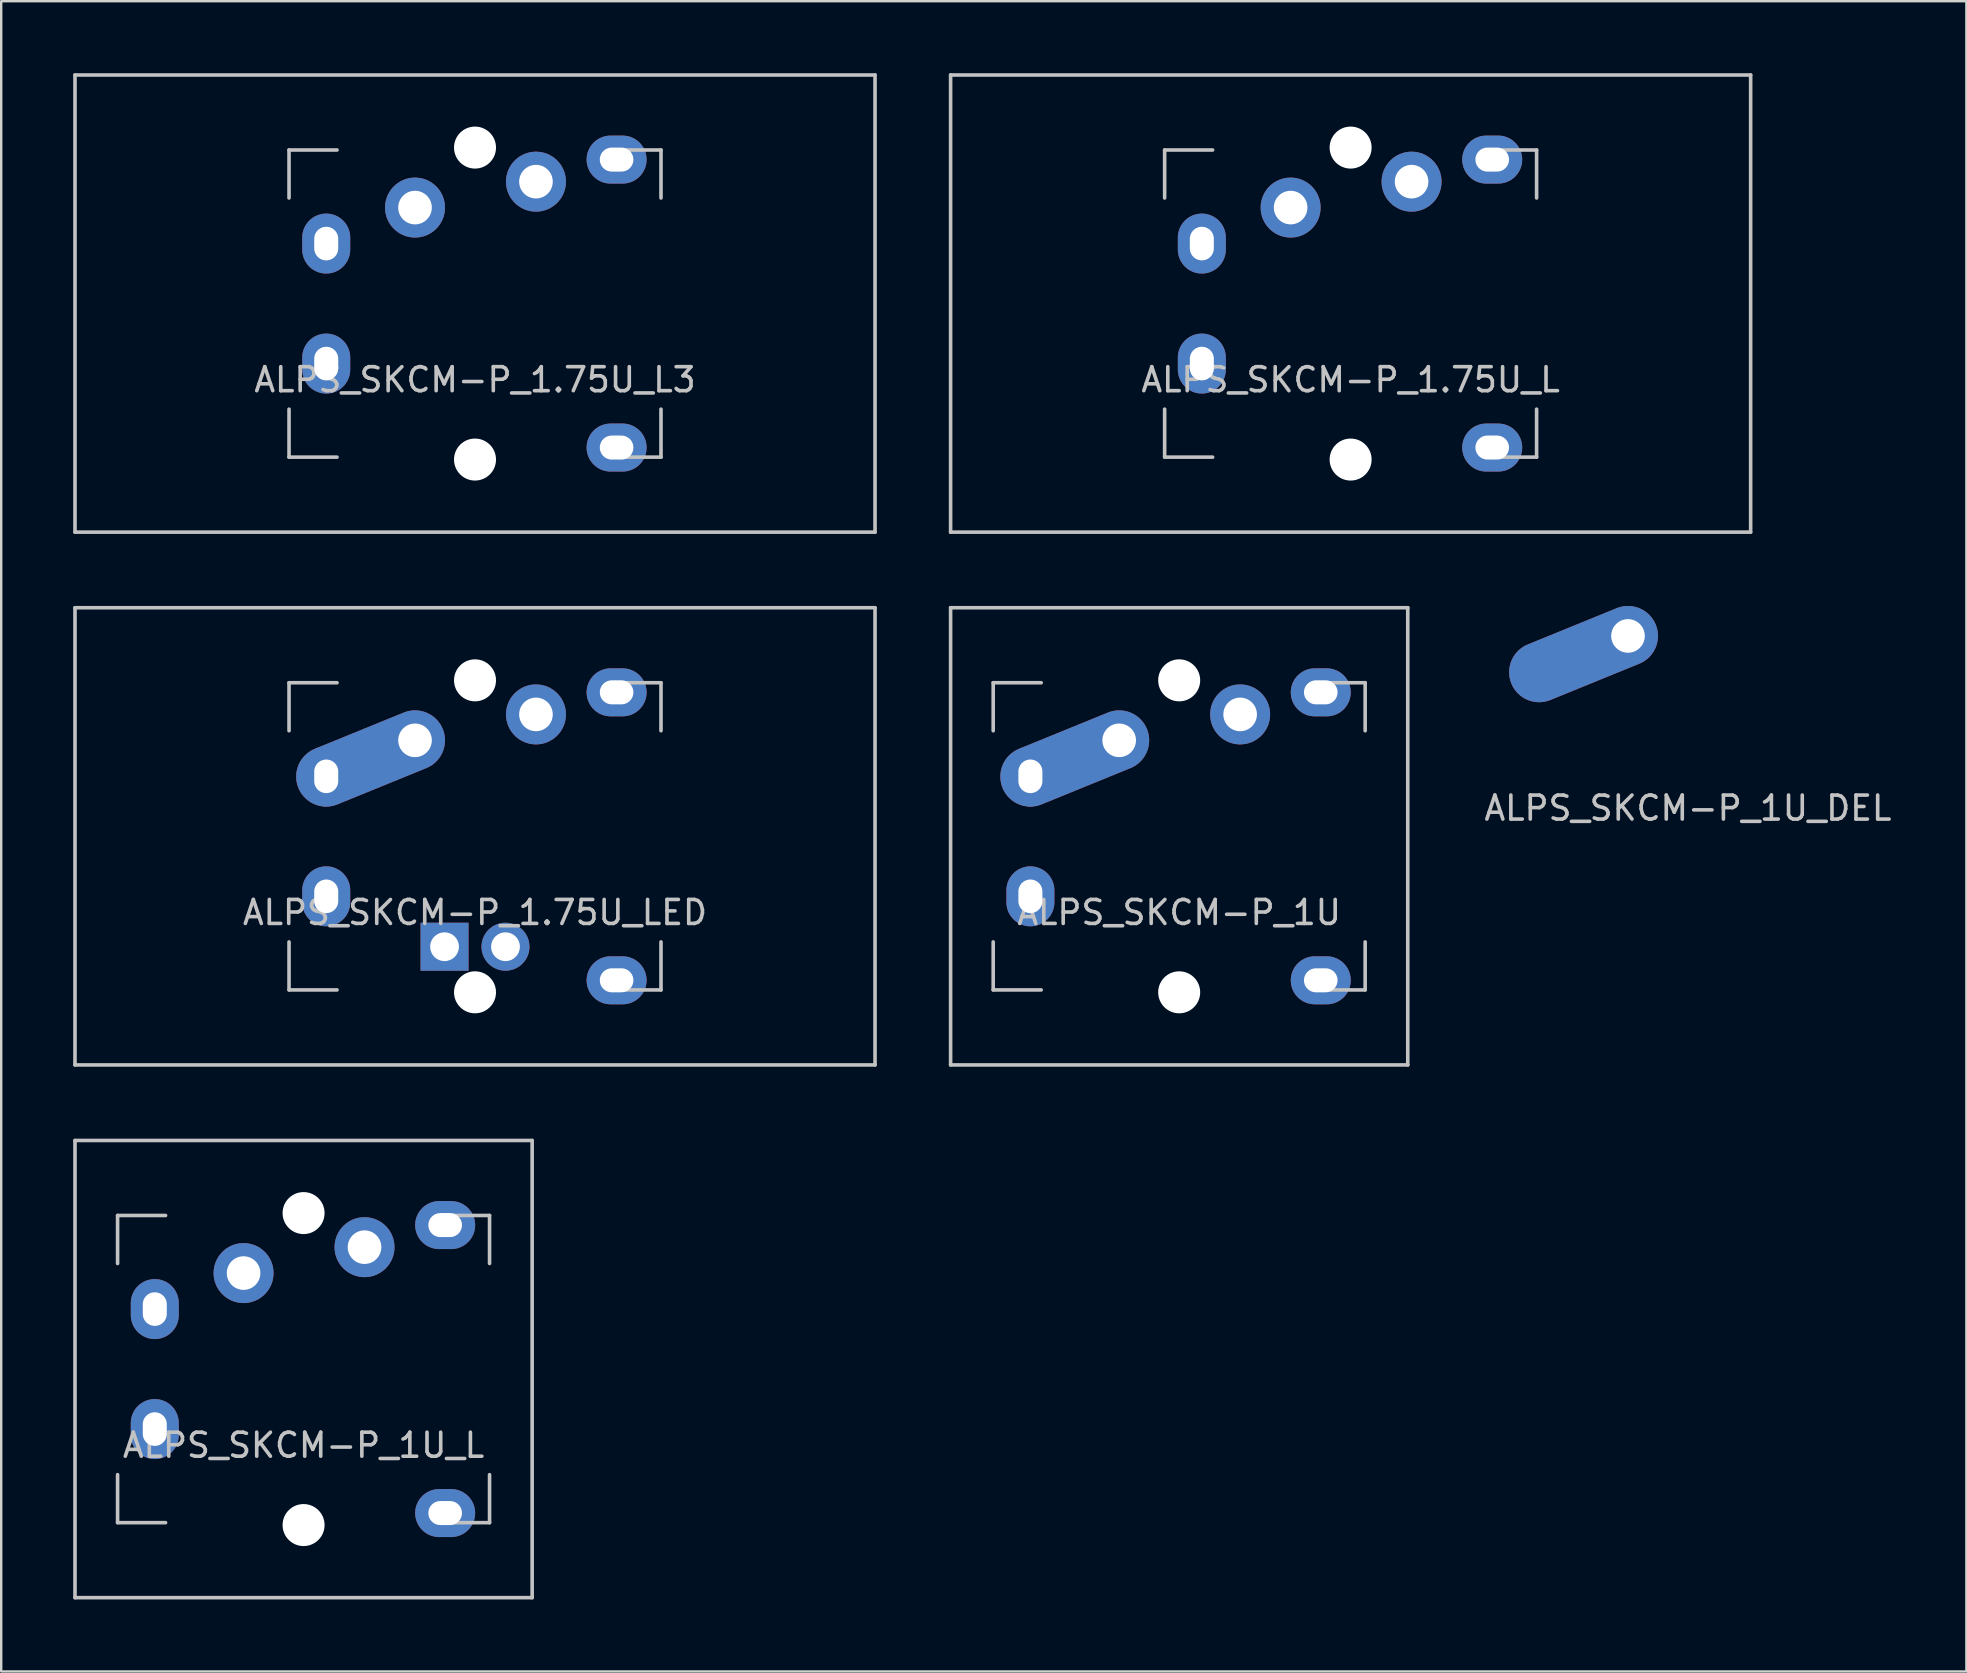
<source format=kicad_pcb>
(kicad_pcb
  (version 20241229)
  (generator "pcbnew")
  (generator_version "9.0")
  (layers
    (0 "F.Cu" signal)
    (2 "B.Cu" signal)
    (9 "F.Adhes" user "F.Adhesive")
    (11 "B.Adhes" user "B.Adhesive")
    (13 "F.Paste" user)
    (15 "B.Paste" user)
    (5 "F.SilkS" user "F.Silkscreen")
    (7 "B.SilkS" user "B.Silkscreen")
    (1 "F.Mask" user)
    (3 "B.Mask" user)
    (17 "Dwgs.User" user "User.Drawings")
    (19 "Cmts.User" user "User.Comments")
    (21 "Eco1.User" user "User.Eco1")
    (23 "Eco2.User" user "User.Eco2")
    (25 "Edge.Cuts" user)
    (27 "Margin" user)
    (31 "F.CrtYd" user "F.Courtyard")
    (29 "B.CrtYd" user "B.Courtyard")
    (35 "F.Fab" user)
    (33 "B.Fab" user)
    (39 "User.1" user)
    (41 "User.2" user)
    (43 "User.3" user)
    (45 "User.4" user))
  (footprint "ALPS_SKCM-P_1U_DEL"
    (layer "F.Cu")
    (at 67.289 27.45)
    (property "Reference" "ALPS_SKCM-P_1U_DEL" (at 0 3.175 0) (layer "Dwgs.User") (effects (font (size 1 1) (thickness 0.15))))
    (attr through_hole)
    (pad "1" thru_hole oval (at -2.5 -4 22.2) (size 6.5 2.5) (drill 1.4 (offset -2 0)) (layers "*.Cu" "*.Mask")))
  (footprint "ALPS_SKCM-P_1U"
    (layer "F.Cu")
    (at 46.087 31.8)
    (property "Reference" "ALPS_SKCM-P_1U" (at 0 3.175 0) (layer "Dwgs.User") (effects (font (size 1 1) (thickness 0.15))))
    (attr through_hole)
    (fp_line (start -9.525 -9.525) (end 9.525 -9.525) (stroke (width 0.15) (type solid)) (layer "Dwgs.User"))
    (fp_line (start -9.525 9.525) (end -9.525 -9.525) (stroke (width 0.15) (type solid)) (layer "Dwgs.User"))
    (fp_line (start -9.525 9.525) (end 9.525 9.525) (stroke (width 0.15) (type solid)) (layer "Dwgs.User"))
    (fp_line (start -7.75 -6.4) (end -5.75 -6.4) (stroke (width 0.15) (type solid)) (layer "Dwgs.User"))
    (fp_line (start -7.75 -4.4) (end -7.75 -6.4) (stroke (width 0.15) (type solid)) (layer "Dwgs.User"))
    (fp_line (start -7.75 6.4) (end -7.75 4.4) (stroke (width 0.15) (type solid)) (layer "Dwgs.User"))
    (fp_line (start -7.75 6.4) (end -5.75 6.4) (stroke (width 0.15) (type solid)) (layer "Dwgs.User"))
    (fp_line (start 5.75 -6.4) (end 7.75 -6.4) (stroke (width 0.15) (type solid)) (layer "Dwgs.User"))
    (fp_line (start 5.75 6.4) (end 7.75 6.4) (stroke (width 0.15) (type solid)) (layer "Dwgs.User"))
    (fp_line (start 7.75 -4.4) (end 7.75 -6.4) (stroke (width 0.15) (type solid)) (layer "Dwgs.User"))
    (fp_line (start 7.75 6.4) (end 7.75 4.4) (stroke (width 0.15) (type solid)) (layer "Dwgs.User"))
    (fp_line (start 9.525 -9.525) (end 9.525 9.525) (stroke (width 0.15) (type solid)) (layer "Dwgs.User"))
    (pad "" np_thru_hole circle (at 0 -6.5) (size 1.75 1.75) (drill 1.75) (layers "*.Cu" "*.Mask"))
    (pad "" np_thru_hole circle (at 0 6.5 90) (size 1.75 1.75) (drill 1.75) (layers "*.Cu" "*.Mask"))
    (pad "1" thru_hole oval (at -6.2 -2.5 180) (size 2 2.5) (drill oval 1 1.4) (layers "*.Cu" "*.Mask"))
    (pad "1" thru_hole oval (at -2.5 -4 22.2) (size 6.5 2.5) (drill 1.4 (offset -2 0)) (layers "*.Cu" "*.Mask"))
    (pad "2" thru_hole oval (at -6.2 2.5 90) (size 2.5 2) (drill oval 1.4 1) (layers "*.Cu" "*.Mask"))
    (pad "2" thru_hole circle (at 2.54 -5.08 270) (size 2.5 2.5) (drill 1.4) (layers "*.Cu" "*.Mask"))
    (pad "NC" thru_hole oval (at 5.9 -6 180) (size 2.5 2) (drill oval 1.4 1) (layers "*.Cu" "*.Mask"))
    (pad "NC" thru_hole oval (at 5.9 6 180) (size 2.5 2) (drill oval 1.4 1) (layers "*.Cu" "*.Mask")))
  (footprint "ALPS_SKCM-P_1.75U_L"
    (layer "F.Cu")
    (at 53.231 9.6)
    (property "Reference" "ALPS_SKCM-P_1.75U_L" (at 0 3.175 0) (layer "Dwgs.User") (effects (font (size 1 1) (thickness 0.15))))
    (attr through_hole)
    (fp_line (start -16.669 -9.525) (end 16.669 -9.525) (stroke (width 0.15) (type solid)) (layer "Dwgs.User"))
    (fp_line (start -16.669 9.525) (end -16.669 -9.525) (stroke (width 0.15) (type solid)) (layer "Dwgs.User"))
    (fp_line (start -16.669 9.525) (end 16.669 9.525) (stroke (width 0.15) (type solid)) (layer "Dwgs.User"))
    (fp_line (start -7.75 -6.4) (end -5.75 -6.4) (stroke (width 0.15) (type solid)) (layer "Dwgs.User"))
    (fp_line (start -7.75 -4.4) (end -7.75 -6.4) (stroke (width 0.15) (type solid)) (layer "Dwgs.User"))
    (fp_line (start -7.75 6.4) (end -7.75 4.4) (stroke (width 0.15) (type solid)) (layer "Dwgs.User"))
    (fp_line (start -7.75 6.4) (end -5.75 6.4) (stroke (width 0.15) (type solid)) (layer "Dwgs.User"))
    (fp_line (start 5.75 -6.4) (end 7.75 -6.4) (stroke (width 0.15) (type solid)) (layer "Dwgs.User"))
    (fp_line (start 5.75 6.4) (end 7.75 6.4) (stroke (width 0.15) (type solid)) (layer "Dwgs.User"))
    (fp_line (start 7.75 -4.4) (end 7.75 -6.4) (stroke (width 0.15) (type solid)) (layer "Dwgs.User"))
    (fp_line (start 7.75 6.4) (end 7.75 4.4) (stroke (width 0.15) (type solid)) (layer "Dwgs.User"))
    (fp_line (start 16.669 -9.525) (end 16.669 9.525) (stroke (width 0.15) (type solid)) (layer "Dwgs.User"))
    (pad "" np_thru_hole circle (at 0 -6.5) (size 1.75 1.75) (drill 1.75) (layers "*.Cu" "*.Mask"))
    (pad "" np_thru_hole circle (at 0 6.5 90) (size 1.75 1.75) (drill 1.75) (layers "*.Cu" "*.Mask"))
    (pad "1" thru_hole oval (at -6.2 -2.5 180) (size 2 2.5) (drill oval 1 1.4) (layers "*.Cu" "*.Mask"))
    (pad "1" thru_hole circle (at -2.5 -4) (size 2.5 2.5) (drill 1.4) (layers "*.Cu" "*.Mask"))
    (pad "2" thru_hole oval (at -6.2 2.5 90) (size 2.5 2) (drill oval 1.4 1) (layers "*.Cu" "*.Mask"))
    (pad "2" thru_hole circle (at 2.54 -5.08 270) (size 2.5 2.5) (drill 1.4) (layers "*.Cu" "*.Mask"))
    (pad "NC" thru_hole oval (at 5.9 -6 180) (size 2.5 2) (drill oval 1.4 1) (layers "*.Cu" "*.Mask"))
    (pad "NC" thru_hole oval (at 5.9 6 180) (size 2.5 2) (drill oval 1.4 1) (layers "*.Cu" "*.Mask")))
  (footprint "ALPS_SKCM-P_1.75U_LED"
    (layer "F.Cu")
    (at 16.744 31.8)
    (property "Reference" "ALPS_SKCM-P_1.75U_LED" (at 0 3.175 0) (layer "Dwgs.User") (effects (font (size 1 1) (thickness 0.15))))
    (attr through_hole)
    (fp_line (start -16.669 -9.525) (end 16.669 -9.525) (stroke (width 0.15) (type solid)) (layer "Dwgs.User"))
    (fp_line (start -16.669 9.525) (end -16.669 -9.525) (stroke (width 0.15) (type solid)) (layer "Dwgs.User"))
    (fp_line (start -16.669 9.525) (end 16.669 9.525) (stroke (width 0.15) (type solid)) (layer "Dwgs.User"))
    (fp_line (start -7.75 -6.4) (end -5.75 -6.4) (stroke (width 0.15) (type solid)) (layer "Dwgs.User"))
    (fp_line (start -7.75 -4.4) (end -7.75 -6.4) (stroke (width 0.15) (type solid)) (layer "Dwgs.User"))
    (fp_line (start -7.75 6.4) (end -7.75 4.4) (stroke (width 0.15) (type solid)) (layer "Dwgs.User"))
    (fp_line (start -7.75 6.4) (end -5.75 6.4) (stroke (width 0.15) (type solid)) (layer "Dwgs.User"))
    (fp_line (start 5.75 -6.4) (end 7.75 -6.4) (stroke (width 0.15) (type solid)) (layer "Dwgs.User"))
    (fp_line (start 5.75 6.4) (end 7.75 6.4) (stroke (width 0.15) (type solid)) (layer "Dwgs.User"))
    (fp_line (start 7.75 -4.4) (end 7.75 -6.4) (stroke (width 0.15) (type solid)) (layer "Dwgs.User"))
    (fp_line (start 7.75 6.4) (end 7.75 4.4) (stroke (width 0.15) (type solid)) (layer "Dwgs.User"))
    (fp_line (start 16.669 -9.525) (end 16.669 9.525) (stroke (width 0.15) (type solid)) (layer "Dwgs.User"))
    (pad "" np_thru_hole circle (at 0 -6.5) (size 1.75 1.75) (drill 1.75) (layers "*.Cu" "*.Mask"))
    (pad "" np_thru_hole circle (at 0 6.5 90) (size 1.75 1.75) (drill 1.75) (layers "*.Cu" "*.Mask"))
    (pad "1" thru_hole oval (at -6.2 -2.5 180) (size 2 2.5) (drill oval 1 1.4) (layers "*.Cu" "*.Mask"))
    (pad "1" thru_hole oval (at -2.5 -4 22.2) (size 6.5 2.5) (drill 1.4 (offset -2 0)) (layers "*.Cu" "*.Mask"))
    (pad "1" thru_hole circle (at 1.27 4.6) (size 2 2) (drill 1.2) (layers "*.Cu" "B.Mask"))
    (pad "2" thru_hole oval (at -6.2 2.5 90) (size 2.5 2) (drill oval 1.4 1) (layers "*.Cu" "*.Mask"))
    (pad "2" thru_hole rect (at -1.27 4.6) (size 2 2) (drill 1.2) (layers "*.Cu" "B.Mask"))
    (pad "2" thru_hole circle (at 2.54 -5.08 270) (size 2.5 2.5) (drill 1.4) (layers "*.Cu" "*.Mask"))
    (pad "NC" thru_hole oval (at 5.9 -6 180) (size 2.5 2) (drill oval 1.4 1) (layers "*.Cu" "*.Mask"))
    (pad "NC" thru_hole oval (at 5.9 6 180) (size 2.5 2) (drill oval 1.4 1) (layers "*.Cu" "*.Mask")))
  (footprint "ALPS_SKCM-P_1U_L"
    (layer "F.Cu")
    (at 9.6 54)
    (property "Reference" "ALPS_SKCM-P_1U_L" (at 0 3.175 0) (layer "Dwgs.User") (effects (font (size 1 1) (thickness 0.15))))
    (attr through_hole)
    (fp_line (start -9.525 -9.525) (end 9.525 -9.525) (stroke (width 0.15) (type solid)) (layer "Dwgs.User"))
    (fp_line (start -9.525 9.525) (end -9.525 -9.525) (stroke (width 0.15) (type solid)) (layer "Dwgs.User"))
    (fp_line (start -9.525 9.525) (end 9.525 9.525) (stroke (width 0.15) (type solid)) (layer "Dwgs.User"))
    (fp_line (start -7.75 -6.4) (end -5.75 -6.4) (stroke (width 0.15) (type solid)) (layer "Dwgs.User"))
    (fp_line (start -7.75 -4.4) (end -7.75 -6.4) (stroke (width 0.15) (type solid)) (layer "Dwgs.User"))
    (fp_line (start -7.75 6.4) (end -7.75 4.4) (stroke (width 0.15) (type solid)) (layer "Dwgs.User"))
    (fp_line (start -7.75 6.4) (end -5.75 6.4) (stroke (width 0.15) (type solid)) (layer "Dwgs.User"))
    (fp_line (start 5.75 -6.4) (end 7.75 -6.4) (stroke (width 0.15) (type solid)) (layer "Dwgs.User"))
    (fp_line (start 5.75 6.4) (end 7.75 6.4) (stroke (width 0.15) (type solid)) (layer "Dwgs.User"))
    (fp_line (start 7.75 -4.4) (end 7.75 -6.4) (stroke (width 0.15) (type solid)) (layer "Dwgs.User"))
    (fp_line (start 7.75 6.4) (end 7.75 4.4) (stroke (width 0.15) (type solid)) (layer "Dwgs.User"))
    (fp_line (start 9.525 -9.525) (end 9.525 9.525) (stroke (width 0.15) (type solid)) (layer "Dwgs.User"))
    (pad "" np_thru_hole circle (at 0 -6.5) (size 1.75 1.75) (drill 1.75) (layers "*.Cu" "*.Mask"))
    (pad "" np_thru_hole circle (at 0 6.5 90) (size 1.75 1.75) (drill 1.75) (layers "*.Cu" "*.Mask"))
    (pad "1" thru_hole oval (at -6.2 -2.5 180) (size 2 2.5) (drill oval 1 1.4) (layers "*.Cu" "*.Mask"))
    (pad "1" thru_hole circle (at -2.5 -4) (size 2.5 2.5) (drill 1.4) (layers "*.Cu" "*.Mask"))
    (pad "2" thru_hole oval (at -6.2 2.5 90) (size 2.5 2) (drill oval 1.4 1) (layers "*.Cu" "*.Mask"))
    (pad "2" thru_hole circle (at 2.54 -5.08 270) (size 2.5 2.5) (drill 1.4) (layers "*.Cu" "*.Mask"))
    (pad "NC" thru_hole oval (at 5.9 -6 180) (size 2.5 2) (drill oval 1.4 1) (layers "*.Cu" "*.Mask"))
    (pad "NC" thru_hole oval (at 5.9 6 180) (size 2.5 2) (drill oval 1.4 1) (layers "*.Cu" "*.Mask")))
  (footprint "ALPS_SKCM-P_1.75U_L3"
    (layer "F.Cu")
    (at 16.744 9.6)
    (property "Reference" "ALPS_SKCM-P_1.75U_L3" (at 0 3.175 0) (layer "Dwgs.User") (effects (font (size 1 1) (thickness 0.15))))
    (attr through_hole)
    (fp_line (start -16.669 -9.525) (end 16.669 -9.525) (stroke (width 0.15) (type solid)) (layer "Dwgs.User"))
    (fp_line (start -16.669 9.525) (end -16.669 -9.525) (stroke (width 0.15) (type solid)) (layer "Dwgs.User"))
    (fp_line (start -16.669 9.525) (end 16.669 9.525) (stroke (width 0.15) (type solid)) (layer "Dwgs.User"))
    (fp_line (start -7.75 -6.4) (end -5.75 -6.4) (stroke (width 0.15) (type solid)) (layer "Dwgs.User"))
    (fp_line (start -7.75 -4.4) (end -7.75 -6.4) (stroke (width 0.15) (type solid)) (layer "Dwgs.User"))
    (fp_line (start -7.75 6.4) (end -7.75 4.4) (stroke (width 0.15) (type solid)) (layer "Dwgs.User"))
    (fp_line (start -7.75 6.4) (end -5.75 6.4) (stroke (width 0.15) (type solid)) (layer "Dwgs.User"))
    (fp_line (start 5.75 -6.4) (end 7.75 -6.4) (stroke (width 0.15) (type solid)) (layer "Dwgs.User"))
    (fp_line (start 5.75 6.4) (end 7.75 6.4) (stroke (width 0.15) (type solid)) (layer "Dwgs.User"))
    (fp_line (start 7.75 -4.4) (end 7.75 -6.4) (stroke (width 0.15) (type solid)) (layer "Dwgs.User"))
    (fp_line (start 7.75 6.4) (end 7.75 4.4) (stroke (width 0.15) (type solid)) (layer "Dwgs.User"))
    (fp_line (start 16.669 -9.525) (end 16.669 9.525) (stroke (width 0.15) (type solid)) (layer "Dwgs.User"))
    (pad "" np_thru_hole circle (at 0 -6.5) (size 1.75 1.75) (drill 1.75) (layers "*.Cu" "*.Mask"))
    (pad "" np_thru_hole circle (at 0 6.5 90) (size 1.75 1.75) (drill 1.75) (layers "*.Cu" "*.Mask"))
    (pad "1" thru_hole oval (at -6.2 -2.5 180) (size 2 2.5) (drill oval 1 1.4) (layers "*.Cu" "*.Mask"))
    (pad "1" thru_hole circle (at 2.54 -5.08 270) (size 2.5 2.5) (drill 1.4) (layers "*.Cu" "*.Mask"))
    (pad "2" thru_hole oval (at -6.2 2.5 90) (size 2.5 2) (drill oval 1.4 1) (layers "*.Cu" "*.Mask"))
    (pad "2" thru_hole circle (at -2.5 -4) (size 2.5 2.5) (drill 1.4) (layers "*.Cu" "*.Mask"))
    (pad "NC" thru_hole oval (at 5.9 -6 180) (size 2.5 2) (drill oval 1.4 1) (layers "*.Cu" "*.Mask"))
    (pad "NC" thru_hole oval (at 5.9 6 180) (size 2.5 2) (drill oval 1.4 1) (layers "*.Cu" "*.Mask")))
  (gr_rect
    (start -3 -3)
    (end 78.89 66.6)
    (stroke (width 0.1) (type default))
    (fill no)
    (layer "Edge.Cuts")))
</source>
